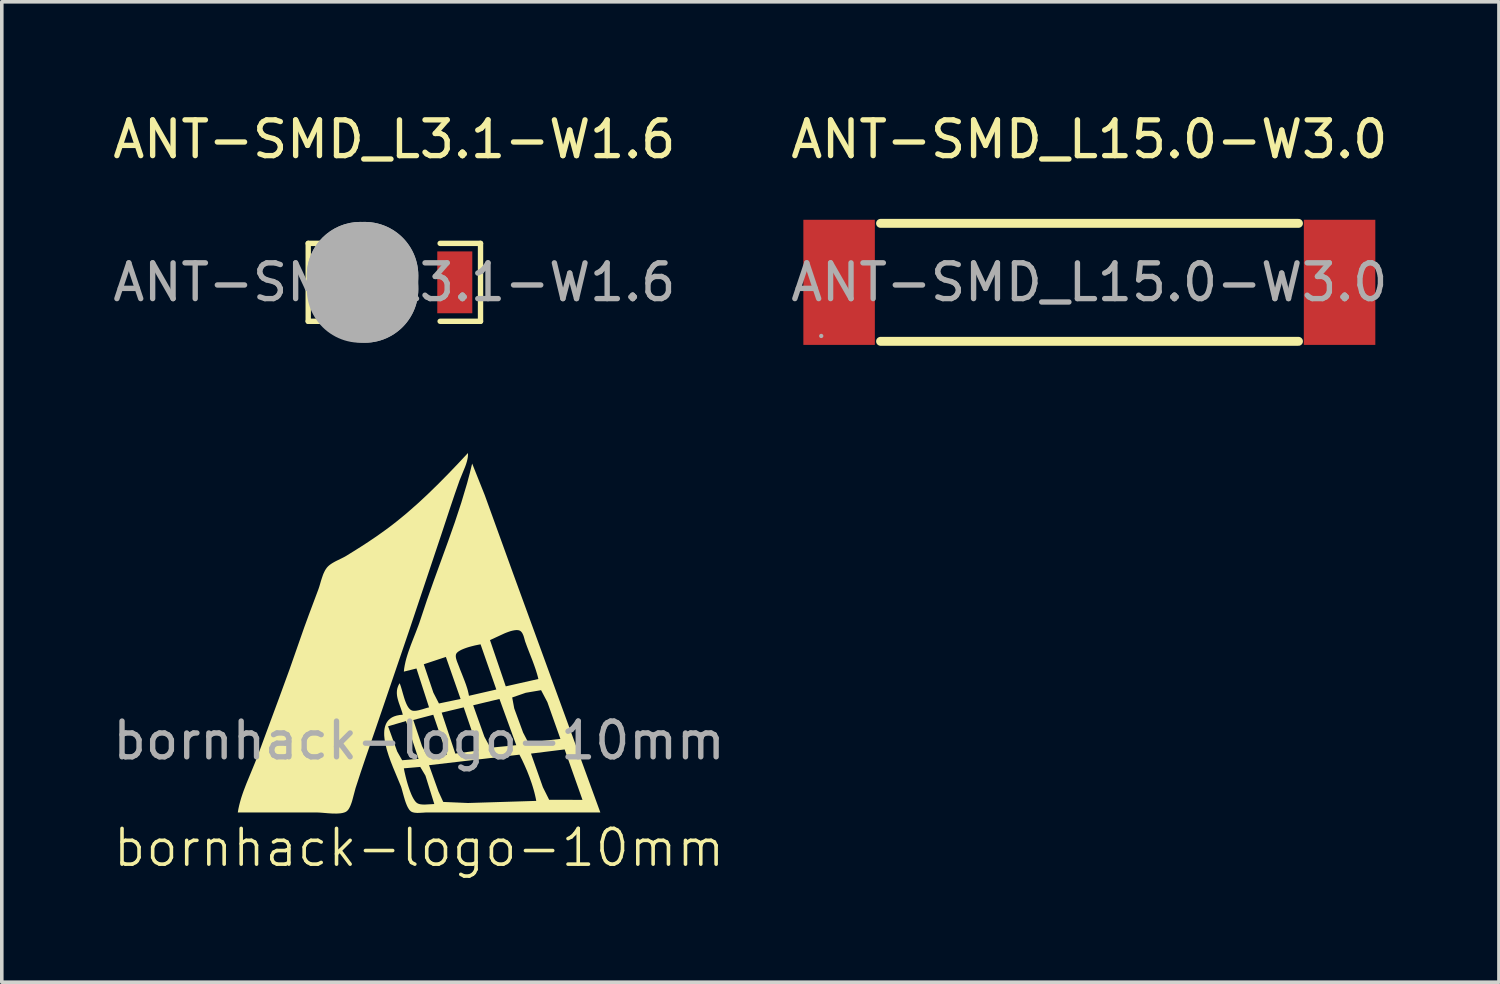
<source format=kicad_pcb>
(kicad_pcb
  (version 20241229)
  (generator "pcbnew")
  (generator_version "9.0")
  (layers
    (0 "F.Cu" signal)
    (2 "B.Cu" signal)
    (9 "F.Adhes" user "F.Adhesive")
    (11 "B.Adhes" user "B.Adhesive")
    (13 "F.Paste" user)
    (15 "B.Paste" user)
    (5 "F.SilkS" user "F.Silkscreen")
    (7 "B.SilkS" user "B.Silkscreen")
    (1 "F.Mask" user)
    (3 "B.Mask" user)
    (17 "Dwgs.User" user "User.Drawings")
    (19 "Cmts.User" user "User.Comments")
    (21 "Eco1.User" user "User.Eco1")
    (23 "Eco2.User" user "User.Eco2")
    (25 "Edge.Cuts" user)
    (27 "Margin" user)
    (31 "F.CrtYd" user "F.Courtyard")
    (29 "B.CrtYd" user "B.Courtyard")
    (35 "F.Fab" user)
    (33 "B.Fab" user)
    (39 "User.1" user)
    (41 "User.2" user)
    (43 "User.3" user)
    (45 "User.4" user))
  (footprint "ANT-SMD_L3.1-W1.6"
    (layer "F.Cu")
    (at 7.982 4.848)
    (property "Reference" "ANT-SMD_L3.1-W1.6" (at 0 -4 0) (layer "F.SilkS") (effects (font (size 1 1) (thickness 0.15))))
    (attr smd)
    (fp_line (start -2.41 -1.09) (end -1.28 -1.09) (stroke (width 0.15) (type solid)) (layer "F.SilkS"))
    (fp_line (start -2.41 1.09) (end -2.41 -1.09) (stroke (width 0.15) (type solid)) (layer "F.SilkS"))
    (fp_line (start -1.28 1.09) (end -2.41 1.09) (stroke (width 0.15) (type solid)) (layer "F.SilkS"))
    (fp_line (start 1.28 1.09) (end 2.41 1.09) (stroke (width 0.15) (type solid)) (layer "F.SilkS"))
    (fp_line (start 2.41 -1.09) (end 1.28 -1.09) (stroke (width 0.15) (type solid)) (layer "F.SilkS"))
    (fp_line (start 2.41 1.09) (end 2.41 -1.09) (stroke (width 0.15) (type solid)) (layer "F.SilkS"))
    (fp_line (start -0.95 -0.19) (end -0.95 -0.19) (stroke (width 3) (type solid)) (layer "F.Fab"))
    (fp_line (start -0.95 -0.19) (end -0.83 -0.19) (stroke (width 3) (type solid)) (layer "F.Fab"))
    (fp_line (start -0.83 -0.19) (end -0.83 0.19) (stroke (width 3) (type solid)) (layer "F.Fab"))
    (fp_line (start -0.83 0.19) (end -0.95 0.19) (stroke (width 3) (type solid)) (layer "F.Fab"))
    (fp_circle (center -1.55 0.8) (end -1.52 0.8) (stroke (width 0.06) (type solid)) (fill no) (layer "F.Fab"))
    (fp_text user "${REFERENCE}" (at 0 0 0) (layer "F.Fab") (effects (font (size 1 1) (thickness 0.15))))
    (pad "1" smd rect (at -1.69 0) (size 0.98 1.73) (layers "F.Cu" "F.Mask" "F.Paste"))
    (pad "2" smd rect (at 1.69 0) (size 0.98 1.73) (layers "F.Cu" "F.Mask" "F.Paste")))
  (footprint "bornhack-logo-10mm"
    (layer "F.Cu")
    (at 8.673 15.166)
    (property "Reference" "bornhack-logo-10mm" (at 0 5.5 0) (unlocked yes) (layer "F.SilkS") (effects (font (size 1 1) (thickness 0.1))))
    (attr through_hole exclude_from_pos_files exclude_from_bom allow_missing_courtyard dnp)
    (fp_poly (pts (xy 1.367 -5.543) (xy 1.368 -5.521) (xy 1.369 -5.499) (xy 1.366 -5.453) (xy 1.36 -5.405) (xy 1.35 -5.357) (xy 1.338 -5.307) (xy 1.323 -5.257) (xy 1.306 -5.206) (xy 1.287 -5.155) (xy 1.133 -4.778) (xy 1 -4.398) (xy 0.871 -4.016) (xy 0.618 -3.25) (xy -0.284 -0.557) (xy -1.201 2.13) (xy -1.495 2.981) (xy -1.639 3.408) (xy -1.778 3.835) (xy -1.87 4.181) (xy -1.885 4.229) (xy -1.902 4.276) (xy -1.919 4.32) (xy -1.938 4.361) (xy -1.958 4.399) (xy -1.969 4.416) (xy -1.98 4.432) (xy -1.992 4.446) (xy -2.004 4.46) (xy -2.016 4.471) (xy -2.029 4.481) (xy -2.045 4.492) (xy -2.063 4.501) (xy -2.083 4.509) (xy -2.104 4.516) (xy -2.151 4.528) (xy -2.201 4.536) (xy -2.256 4.54) (xy -2.314 4.543) (xy -2.374 4.542) (xy -2.435 4.541) (xy -2.557 4.533) (xy -2.674 4.523) (xy -2.78 4.515) (xy -2.826 4.513) (xy -2.866 4.512) (xy -5.071 4.512) (xy -5.054 4.412) (xy -5.032 4.311) (xy -5.006 4.211) (xy -4.977 4.11) (xy -4.944 4.009) (xy -4.909 3.909) (xy -4.832 3.708) (xy -4.668 3.31) (xy -4.588 3.115) (xy -4.514 2.924) (xy -3.916 1.31) (xy -3.621 0.502) (xy -3.337 -0.31) (xy -3.213 -0.664) (xy -3.084 -1.017) (xy -2.82 -1.721) (xy -2.807 -1.758) (xy -2.794 -1.797) (xy -2.769 -1.88) (xy -2.744 -1.967) (xy -2.716 -2.054) (xy -2.701 -2.097) (xy -2.686 -2.14) (xy -2.669 -2.181) (xy -2.65 -2.221) (xy -2.631 -2.259) (xy -2.609 -2.294) (xy -2.586 -2.327) (xy -2.573 -2.343) (xy -2.56 -2.358) (xy -2.535 -2.383) (xy -2.507 -2.407) (xy -2.478 -2.429) (xy -2.447 -2.45) (xy -2.415 -2.47) (xy -2.382 -2.489) (xy -2.348 -2.508) (xy -2.313 -2.526) (xy -2.174 -2.594) (xy -2.106 -2.628) (xy -2.074 -2.645) (xy -2.043 -2.663) (xy -1.766 -2.835) (xy -1.628 -2.922) (xy -1.492 -3.01) (xy -1.357 -3.1) (xy -1.222 -3.191) (xy -1.088 -3.285) (xy -0.955 -3.38) (xy -0.797 -3.497) (xy -0.641 -3.618) (xy -0.487 -3.743) (xy -0.334 -3.87) (xy -0.035 -4.133) (xy 0.257 -4.405) (xy 0.543 -4.684) (xy 0.823 -4.968) (xy 1.097 -5.254) (xy 1.367 -5.543)) (stroke (width 0) (type solid)) (fill yes) (layer "F.SilkS"))
    (fp_poly (pts (xy 1.837 -4.367) (xy 2.646 -2.132) (xy 5.071 4.512) (xy 1.279 4.512) (xy 0.22 4.512) (xy 0.197 4.512) (xy 0.172 4.513) (xy 0.118 4.517) (xy 0.061 4.52) (xy 0.002 4.523) (xy -0.027 4.524) (xy -0.056 4.524) (xy -0.084 4.522) (xy -0.111 4.52) (xy -0.138 4.516) (xy -0.163 4.51) (xy -0.186 4.503) (xy -0.197 4.499) (xy -0.208 4.494) (xy -0.223 4.485) (xy -0.237 4.474) (xy -0.251 4.461) (xy -0.265 4.447) (xy -0.278 4.43) (xy -0.29 4.412) (xy -0.314 4.371) (xy -0.337 4.325) (xy -0.358 4.274) (xy -0.378 4.221) (xy -0.396 4.166) (xy -0.429 4.054) (xy -0.459 3.946) (xy -0.485 3.851) (xy -0.497 3.811) (xy -0.509 3.777) (xy -0.717 3.277) (xy -0.426 3.277) (xy -0.407 3.374) (xy -0.378 3.5) (xy -0.341 3.643) (xy -0.319 3.718) (xy -0.295 3.794) (xy -0.27 3.868) (xy -0.243 3.94) (xy -0.215 4.009) (xy -0.186 4.072) (xy -0.155 4.129) (xy -0.124 4.177) (xy -0.108 4.199) (xy -0.091 4.217) (xy -0.075 4.233) (xy -0.059 4.246) (xy -0.048 4.253) (xy -0.036 4.259) (xy -0.024 4.265) (xy -0.011 4.27) (xy 0.016 4.278) (xy 0.045 4.284) (xy 0.077 4.287) (xy 0.109 4.29) (xy 0.143 4.291) (xy 0.177 4.29) (xy 0.426 4.276) (xy 0.179 3.483) (xy 0.033 3.238) (xy -0.426 3.277) (xy -0.717 3.277) (xy -0.73 3.246) (xy -0.752 3.189) (xy 0.279 3.189) (xy 0.542 3.924) (xy 0.676 4.217) (xy 1.367 4.247) (xy 3.278 4.188) (xy 3.263 4.11) (xy 3.245 4.03) (xy 3.225 3.948) (xy 3.202 3.865) (xy 3.177 3.781) (xy 3.15 3.696) (xy 3.09 3.526) (xy 3.024 3.357) (xy 2.953 3.194) (xy 2.881 3.039) (xy 2.808 2.895) (xy 0.279 3.189) (xy -0.752 3.189) (xy -0.793 3.086) (xy -0.851 2.922) (xy -0.902 2.757) (xy -0.943 2.594) (xy -0.957 2.515) (xy -0.968 2.437) (xy -0.975 2.362) (xy -0.976 2.289) (xy -0.973 2.22) (xy -0.963 2.154) (xy -0.95 2.101) (xy -0.867 2.101) (xy -0.612 2.806) (xy -0.473 3.051) (xy -0.015 3.012) (xy -0.367 1.954) (xy -0.367 1.954) (xy -0.867 2.101) (xy -0.95 2.101) (xy -0.947 2.092) (xy -0.925 2.034) (xy -0.896 1.981) (xy -0.859 1.933) (xy -0.85 1.925) (xy -0.162 1.925) (xy 0.084 2.659) (xy 0.233 2.936) (xy 0.779 2.895) (xy 0.769 2.865) (xy 3.131 2.865) (xy 3.464 3.806) (xy 3.639 4.157) (xy 4.571 4.159) (xy 4.072 2.748) (xy 4.072 2.748) (xy 3.131 2.865) (xy 0.769 2.865) (xy 0.397 1.778) (xy -0.162 1.925) (xy -0.85 1.925) (xy -0.814 1.891) (xy -0.761 1.854) (xy -0.699 1.825) (xy -0.627 1.802) (xy -0.547 1.786) (xy -0.456 1.778) (xy -0.47 1.721) (xy -0.471 1.719) (xy 0.632 1.719) (xy 1.014 2.865) (xy 1.661 2.777) (xy 1.249 1.572) (xy 0.632 1.719) (xy -0.471 1.719) (xy -0.488 1.666) (xy -0.526 1.555) (xy -0.565 1.446) (xy -0.582 1.391) (xy -0.597 1.337) (xy -0.61 1.282) (xy -0.618 1.228) (xy -0.62 1.2) (xy -0.622 1.173) (xy -0.621 1.146) (xy -0.62 1.118) (xy -0.617 1.091) (xy -0.612 1.063) (xy -0.606 1.035) (xy -0.597 1.008) (xy -0.587 0.98) (xy -0.575 0.952) (xy -0.56 0.924) (xy -0.544 0.896) (xy -0.529 0.932) (xy -0.514 0.975) (xy -0.483 1.076) (xy -0.451 1.19) (xy -0.416 1.308) (xy -0.397 1.366) (xy -0.376 1.422) (xy -0.354 1.475) (xy -0.33 1.523) (xy -0.317 1.546) (xy -0.304 1.567) (xy -0.29 1.586) (xy -0.276 1.603) (xy -0.261 1.619) (xy -0.245 1.633) (xy -0.229 1.644) (xy -0.212 1.654) (xy -0.201 1.658) (xy -0.189 1.662) (xy -0.177 1.665) (xy -0.163 1.667) (xy -0.149 1.668) (xy -0.135 1.668) (xy -0.104 1.667) (xy -0.072 1.664) (xy -0.039 1.658) (xy -0.004 1.651) (xy 0.03 1.642) (xy 0.1 1.623) (xy 0.167 1.602) (xy 0.228 1.584) (xy 0.255 1.577) (xy 0.279 1.572) (xy 0.26 1.513) (xy 1.514 1.513) (xy 1.828 2.395) (xy 1.993 2.7) (xy 2.719 2.63) (xy 2.249 1.337) (xy 2.249 1.337) (xy 1.514 1.513) (xy 0.26 1.513) (xy -0.073 0.484) (xy -0.426 0.572) (xy -0.416 0.48) (xy -0.4 0.388) (xy -0.395 0.366) (xy 0.132 0.366) (xy 0.4 1.16) (xy 0.556 1.463) (xy 1.161 1.337) (xy 1.147 1.295) (xy 2.605 1.295) (xy 2.662 1.601) (xy 2.91 2.277) (xy 3.054 2.554) (xy 3.954 2.454) (xy 3.589 1.425) (xy 3.413 1.091) (xy 2.984 1.164) (xy 2.605 1.295) (xy 1.147 1.295) (xy 0.75 0.161) (xy 0.75 0.161) (xy 0.132 0.366) (xy -0.395 0.366) (xy -0.38 0.295) (xy -0.356 0.202) (xy -0.335 0.132) (xy 1.027 0.132) (xy 1.027 0.143) (xy 1.029 0.165) (xy 1.032 0.187) (xy 1.037 0.21) (xy 1.044 0.233) (xy 1.051 0.257) (xy 1.059 0.281) (xy 1.067 0.304) (xy 1.085 0.348) (xy 1.101 0.39) (xy 1.115 0.425) (xy 1.153 0.526) (xy 1.194 0.627) (xy 1.274 0.832) (xy 1.312 0.935) (xy 1.329 0.987) (xy 1.346 1.039) (xy 1.361 1.091) (xy 1.374 1.143) (xy 1.386 1.196) (xy 1.396 1.248) (xy 2.161 1.072) (xy 1.72 -0.192) (xy 1.72 -0.192) (xy 1.651 -0.179) (xy 1.56 -0.16) (xy 1.454 -0.133) (xy 1.399 -0.118) (xy 1.344 -0.101) (xy 1.29 -0.082) (xy 1.238 -0.062) (xy 1.189 -0.041) (xy 1.145 -0.018) (xy 1.106 0.006) (xy 1.089 0.018) (xy 1.074 0.031) (xy 1.061 0.044) (xy 1.05 0.057) (xy 1.041 0.071) (xy 1.035 0.085) (xy 1.032 0.094) (xy 1.03 0.103) (xy 1.029 0.112) (xy 1.028 0.122) (xy 1.027 0.132) (xy -0.335 0.132) (xy -0.328 0.109) (xy -0.298 0.016) (xy -0.231 -0.171) (xy -0.177 -0.31) (xy 1.984 -0.31) (xy 2.425 0.984) (xy 3.337 0.778) (xy 3.321 0.712) (xy 3.303 0.646) (xy 3.263 0.516) (xy 3.218 0.387) (xy 3.171 0.259) (xy 3.071 0.004) (xy 3.022 -0.123) (xy 2.975 -0.251) (xy 2.968 -0.27) (xy 2.962 -0.291) (xy 2.949 -0.338) (xy 2.935 -0.388) (xy 2.927 -0.414) (xy 2.918 -0.439) (xy 2.908 -0.463) (xy 2.897 -0.486) (xy 2.891 -0.497) (xy 2.885 -0.508) (xy 2.878 -0.518) (xy 2.871 -0.528) (xy 2.864 -0.537) (xy 2.856 -0.545) (xy 2.848 -0.553) (xy 2.84 -0.56) (xy 2.831 -0.567) (xy 2.821 -0.572) (xy 2.811 -0.577) (xy 2.801 -0.581) (xy 2.782 -0.586) (xy 2.761 -0.589) (xy 2.74 -0.59) (xy 2.717 -0.59) (xy 2.693 -0.588) (xy 2.668 -0.585) (xy 2.616 -0.575) (xy 2.561 -0.561) (xy 2.505 -0.542) (xy 2.447 -0.521) (xy 2.388 -0.497) (xy 1.984 -0.31) (xy -0.177 -0.31) (xy -0.087 -0.54) (xy -0.018 -0.721) (xy 0.014 -0.81) (xy 0.043 -0.898) (xy 0.223 -1.438) (xy 0.414 -1.978) (xy 0.808 -3.061) (xy 1 -3.605) (xy 1.18 -4.15) (xy 1.344 -4.698) (xy 1.417 -4.973) (xy 1.485 -5.249) (xy 1.485 -5.249)) (stroke (width 0) (type solid)) (fill yes) (layer "F.SilkS"))
    (fp_text user "${REFERENCE}" (at 0 2.5 0) (unlocked yes) (layer "F.Fab") (effects (font (size 1 1) (thickness 0.15)))))
  (footprint "ANT-SMD_L15.0-W3.0"
    (layer "F.Cu")
    (at 27.423 4.848)
    (property "Reference" "ANT-SMD_L15.0-W3.0" (at 0 -4 0) (layer "F.SilkS") (effects (font (size 1 1) (thickness 0.15))))
    (attr smd)
    (fp_line (start -5.84 -1.65) (end 5.85 -1.65) (stroke (width 0.25) (type solid)) (layer "F.SilkS"))
    (fp_line (start -5.84 1.65) (end 5.85 1.65) (stroke (width 0.25) (type solid)) (layer "F.SilkS"))
    (fp_circle (center -7.5 1.5) (end -7.47 1.5) (stroke (width 0.06) (type solid)) (fill no) (layer "F.Fab"))
    (fp_text user "${REFERENCE}" (at 0 0 0) (layer "F.Fab") (effects (font (size 1 1) (thickness 0.15))))
    (pad "1" smd rect (at -7 0) (size 2 3.5) (layers "F.Cu" "F.Mask" "F.Paste"))
    (pad "2" smd rect (at 7 0) (size 2 3.5) (layers "F.Cu" "F.Mask" "F.Paste")))
  (gr_rect
    (start -3 -3)
    (end 38.881 24.426)
    (stroke (width 0.1) (type default))
    (fill no)
    (layer "Edge.Cuts")))
</source>
